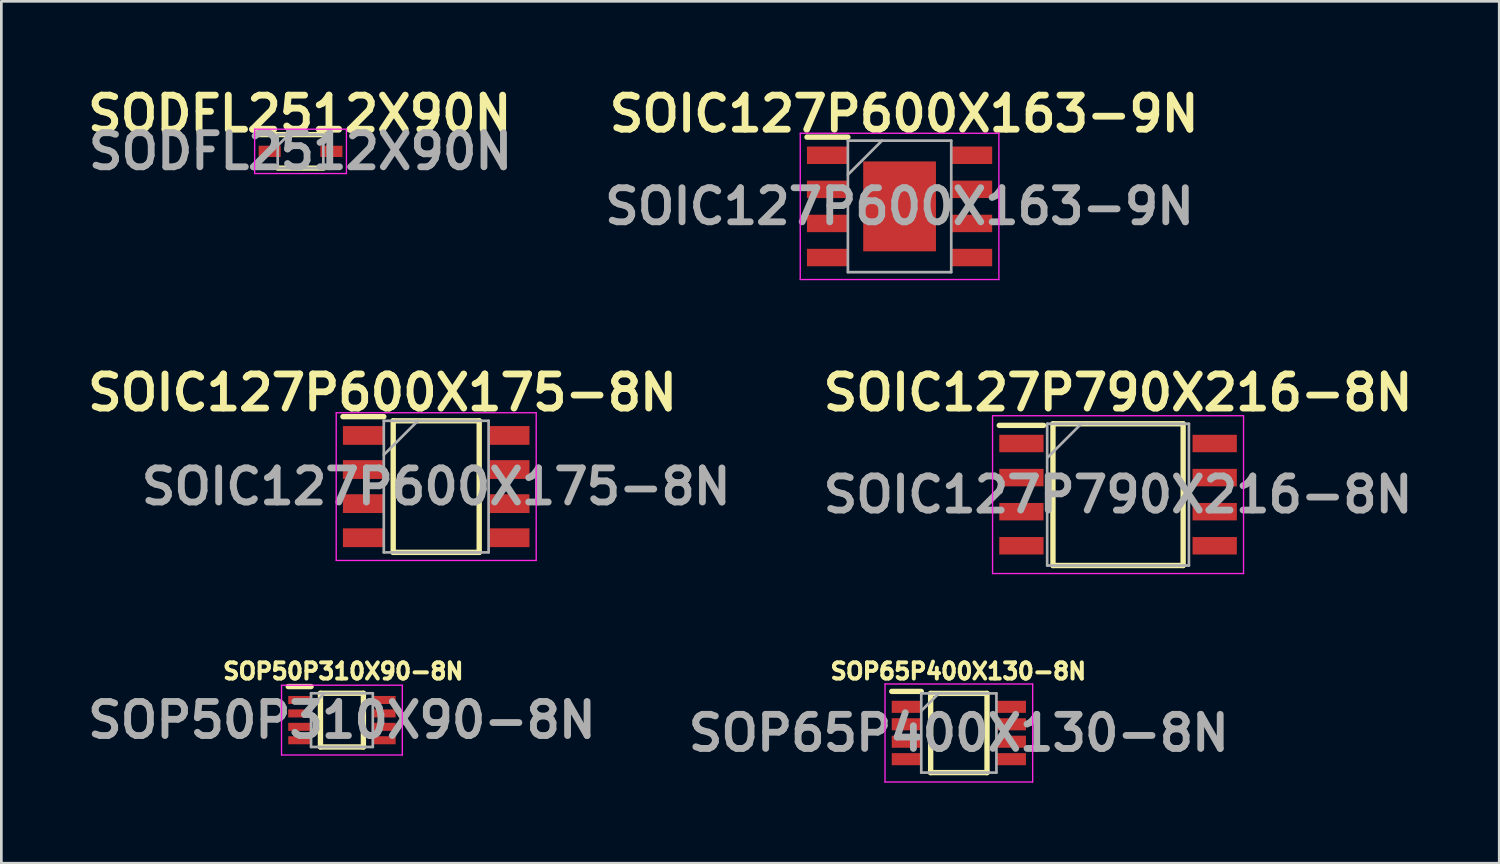
<source format=kicad_pcb>
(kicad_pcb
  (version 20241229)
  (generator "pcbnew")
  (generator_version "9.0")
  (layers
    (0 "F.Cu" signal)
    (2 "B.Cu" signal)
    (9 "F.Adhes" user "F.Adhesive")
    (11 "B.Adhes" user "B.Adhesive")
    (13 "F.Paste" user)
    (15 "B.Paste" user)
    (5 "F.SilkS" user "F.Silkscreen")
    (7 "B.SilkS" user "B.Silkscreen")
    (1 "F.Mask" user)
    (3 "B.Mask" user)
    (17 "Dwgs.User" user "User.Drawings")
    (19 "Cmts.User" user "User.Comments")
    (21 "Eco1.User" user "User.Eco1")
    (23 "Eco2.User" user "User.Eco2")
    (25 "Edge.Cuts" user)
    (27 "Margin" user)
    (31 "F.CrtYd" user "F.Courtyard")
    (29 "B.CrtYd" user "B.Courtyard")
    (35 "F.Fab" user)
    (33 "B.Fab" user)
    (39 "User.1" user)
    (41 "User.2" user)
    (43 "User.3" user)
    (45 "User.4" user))
  (footprint "SOIC127P790X216-8N"
    (layer "F.Cu")
    (at 38.601 15.377)
    (property "Reference" "SOIC127P790X216-8N" (at 0 -3.8 0) (layer "F.SilkS") (effects (font (size 1.27 1.27) (thickness 0.254))))
    (attr smd)
    (fp_line (start -4.425 -2.58) (end -2.775 -2.58) (stroke (width 0.2) (type solid)) (layer "F.SilkS"))
    (fp_line (start -2.425 -2.64) (end 2.425 -2.64) (stroke (width 0.2) (type solid)) (layer "F.SilkS"))
    (fp_line (start -2.425 2.64) (end -2.425 -2.64) (stroke (width 0.2) (type solid)) (layer "F.SilkS"))
    (fp_line (start 2.425 -2.64) (end 2.425 2.64) (stroke (width 0.2) (type solid)) (layer "F.SilkS"))
    (fp_line (start 2.425 2.64) (end -2.425 2.64) (stroke (width 0.2) (type solid)) (layer "F.SilkS"))
    (fp_line (start -4.675 -2.94) (end 4.675 -2.94) (stroke (width 0.05) (type solid)) (layer "F.CrtYd"))
    (fp_line (start -4.675 2.94) (end -4.675 -2.94) (stroke (width 0.05) (type solid)) (layer "F.CrtYd"))
    (fp_line (start 4.675 -2.94) (end 4.675 2.94) (stroke (width 0.05) (type solid)) (layer "F.CrtYd"))
    (fp_line (start 4.675 2.94) (end -4.675 2.94) (stroke (width 0.05) (type solid)) (layer "F.CrtYd"))
    (fp_line (start -2.64 -2.64) (end 2.64 -2.64) (stroke (width 0.1) (type solid)) (layer "F.Fab"))
    (fp_line (start -2.64 -1.37) (end -1.37 -2.64) (stroke (width 0.1) (type solid)) (layer "F.Fab"))
    (fp_line (start -2.64 2.64) (end -2.64 -2.64) (stroke (width 0.1) (type solid)) (layer "F.Fab"))
    (fp_line (start 2.64 -2.64) (end 2.64 2.64) (stroke (width 0.1) (type solid)) (layer "F.Fab"))
    (fp_line (start 2.64 2.64) (end -2.64 2.64) (stroke (width 0.1) (type solid)) (layer "F.Fab"))
    (fp_text user "${REFERENCE}" (at 0 0 0) (layer "F.Fab") (effects (font (size 1.27 1.27) (thickness 0.254))))
    (pad "1" smd rect (at -3.6 -1.905 90) (size 0.65 1.65) (layers "F.Cu" "F.Mask" "F.Paste"))
    (pad "2" smd rect (at -3.6 -0.635 90) (size 0.65 1.65) (layers "F.Cu" "F.Mask" "F.Paste"))
    (pad "3" smd rect (at -3.6 0.635 90) (size 0.65 1.65) (layers "F.Cu" "F.Mask" "F.Paste"))
    (pad "4" smd rect (at -3.6 1.905 90) (size 0.65 1.65) (layers "F.Cu" "F.Mask" "F.Paste"))
    (pad "5" smd rect (at 3.6 1.905 90) (size 0.65 1.65) (layers "F.Cu" "F.Mask" "F.Paste"))
    (pad "6" smd rect (at 3.6 0.635 90) (size 0.65 1.65) (layers "F.Cu" "F.Mask" "F.Paste"))
    (pad "7" smd rect (at 3.6 -0.635 90) (size 0.65 1.65) (layers "F.Cu" "F.Mask" "F.Paste"))
    (pad "8" smd rect (at 3.6 -1.905 90) (size 0.65 1.65) (layers "F.Cu" "F.Mask" "F.Paste")))
  (footprint "SOIC127P600X175-8N"
    (layer "F.Cu")
    (at 13.2 15.077)
    (property "Reference" "SOIC127P600X175-8N" (at -2 -3.5 0) (layer "F.SilkS") (effects (font (size 1.27 1.27) (thickness 0.254))))
    (attr smd)
    (fp_line (start -3.475 -2.605) (end -1.952 -2.605) (stroke (width 0.2) (type solid)) (layer "F.SilkS"))
    (fp_line (start -1.602 -2.451) (end 1.602 -2.451) (stroke (width 0.2) (type solid)) (layer "F.SilkS"))
    (fp_line (start -1.602 2.451) (end -1.602 -2.451) (stroke (width 0.2) (type solid)) (layer "F.SilkS"))
    (fp_line (start 1.602 -2.451) (end 1.602 2.451) (stroke (width 0.2) (type solid)) (layer "F.SilkS"))
    (fp_line (start 1.602 2.451) (end -1.602 2.451) (stroke (width 0.2) (type solid)) (layer "F.SilkS"))
    (fp_line (start -3.725 -2.752) (end 3.725 -2.752) (stroke (width 0.05) (type solid)) (layer "F.CrtYd"))
    (fp_line (start -3.725 2.752) (end -3.725 -2.752) (stroke (width 0.05) (type solid)) (layer "F.CrtYd"))
    (fp_line (start 3.725 -2.752) (end 3.725 2.752) (stroke (width 0.05) (type solid)) (layer "F.CrtYd"))
    (fp_line (start 3.725 2.752) (end -3.725 2.752) (stroke (width 0.05) (type solid)) (layer "F.CrtYd"))
    (fp_line (start -1.952 -2.451) (end 1.952 -2.451) (stroke (width 0.1) (type solid)) (layer "F.Fab"))
    (fp_line (start -1.952 -1.181) (end -0.682 -2.451) (stroke (width 0.1) (type solid)) (layer "F.Fab"))
    (fp_line (start -1.952 2.451) (end -1.952 -2.451) (stroke (width 0.1) (type solid)) (layer "F.Fab"))
    (fp_line (start 1.952 -2.451) (end 1.952 2.451) (stroke (width 0.1) (type solid)) (layer "F.Fab"))
    (fp_line (start 1.952 2.451) (end -1.952 2.451) (stroke (width 0.1) (type solid)) (layer "F.Fab"))
    (fp_text user "${REFERENCE}" (at 0 0 0) (layer "F.Fab") (effects (font (size 1.27 1.27) (thickness 0.254))))
    (pad "1" smd rect (at -2.714 -1.905 90) (size 0.7 1.522) (layers "F.Cu" "F.Mask" "F.Paste"))
    (pad "2" smd rect (at -2.714 -0.635 90) (size 0.7 1.522) (layers "F.Cu" "F.Mask" "F.Paste"))
    (pad "3" smd rect (at -2.714 0.635 90) (size 0.7 1.522) (layers "F.Cu" "F.Mask" "F.Paste"))
    (pad "4" smd rect (at -2.714 1.905 90) (size 0.7 1.522) (layers "F.Cu" "F.Mask" "F.Paste"))
    (pad "5" smd rect (at 2.714 1.905 90) (size 0.7 1.522) (layers "F.Cu" "F.Mask" "F.Paste"))
    (pad "6" smd rect (at 2.714 0.635 90) (size 0.7 1.522) (layers "F.Cu" "F.Mask" "F.Paste"))
    (pad "7" smd rect (at 2.714 -0.635 90) (size 0.7 1.522) (layers "F.Cu" "F.Mask" "F.Paste"))
    (pad "8" smd rect (at 2.714 -1.905 90) (size 0.7 1.522) (layers "F.Cu" "F.Mask" "F.Paste")))
  (footprint "SODFL2512X90N"
    (layer "F.Cu")
    (at 8.146 2.589)
    (property "Reference" "SODFL2512X90N" (at -0.03 -1.4 0) (layer "F.SilkS") (effects (font (size 1.27 1.27) (thickness 0.254))))
    (attr smd)
    (fp_line (start -1.56 -0.625) (end 0.85 -0.625) (stroke (width 0.2) (type solid)) (layer "F.SilkS"))
    (fp_line (start -0.85 0.625) (end 0.85 0.625) (stroke (width 0.2) (type solid)) (layer "F.SilkS"))
    (fp_line (start -1.71 -0.825) (end 1.71 -0.825) (stroke (width 0.05) (type solid)) (layer "F.CrtYd"))
    (fp_line (start -1.71 0.825) (end -1.71 -0.825) (stroke (width 0.05) (type solid)) (layer "F.CrtYd"))
    (fp_line (start 1.71 -0.825) (end 1.71 0.825) (stroke (width 0.05) (type solid)) (layer "F.CrtYd"))
    (fp_line (start 1.71 0.825) (end -1.71 0.825) (stroke (width 0.05) (type solid)) (layer "F.CrtYd"))
    (fp_line (start -0.85 -0.625) (end 0.85 -0.625) (stroke (width 0.1) (type solid)) (layer "F.Fab"))
    (fp_line (start -0.85 -0.215) (end -0.44 -0.625) (stroke (width 0.1) (type solid)) (layer "F.Fab"))
    (fp_line (start -0.85 0.625) (end -0.85 -0.625) (stroke (width 0.1) (type solid)) (layer "F.Fab"))
    (fp_line (start 0.85 -0.625) (end 0.85 0.625) (stroke (width 0.1) (type solid)) (layer "F.Fab"))
    (fp_line (start 0.85 0.625) (end -0.85 0.625) (stroke (width 0.1) (type solid)) (layer "F.Fab"))
    (fp_text user "${REFERENCE}" (at 0 0 0) (layer "F.Fab") (effects (font (size 1.27 1.27) (thickness 0.254))))
    (pad "1" smd rect (at -1.15 0 90) (size 0.42 0.82) (layers "F.Cu" "F.Mask" "F.Paste"))
    (pad "2" smd rect (at 1.15 0 90) (size 0.42 0.82) (layers "F.Cu" "F.Mask" "F.Paste")))
  (footprint "SOP65P400X130-8N"
    (layer "F.Cu")
    (at 32.67 24.257)
    (property "Reference" "SOP65P400X130-8N" (at -0.02 -2.3 0) (layer "F.SilkS") (effects (font (size 0.6 0.6) (thickness 0.15))))
    (attr smd)
    (fp_line (start -2.5 -1.55) (end -1.4 -1.55) (stroke (width 0.2) (type solid)) (layer "F.SilkS"))
    (fp_line (start -1.05 -1.475) (end 1.05 -1.475) (stroke (width 0.2) (type solid)) (layer "F.SilkS"))
    (fp_line (start -1.05 1.475) (end -1.05 -1.475) (stroke (width 0.2) (type solid)) (layer "F.SilkS"))
    (fp_line (start 1.05 -1.475) (end 1.05 1.475) (stroke (width 0.2) (type solid)) (layer "F.SilkS"))
    (fp_line (start 1.05 1.475) (end -1.05 1.475) (stroke (width 0.2) (type solid)) (layer "F.SilkS"))
    (fp_line (start -2.75 -1.825) (end 2.75 -1.825) (stroke (width 0.05) (type solid)) (layer "F.CrtYd"))
    (fp_line (start -2.75 1.825) (end -2.75 -1.825) (stroke (width 0.05) (type solid)) (layer "F.CrtYd"))
    (fp_line (start 2.75 -1.825) (end 2.75 1.825) (stroke (width 0.05) (type solid)) (layer "F.CrtYd"))
    (fp_line (start 2.75 1.825) (end -2.75 1.825) (stroke (width 0.05) (type solid)) (layer "F.CrtYd"))
    (fp_line (start -1.4 -1.475) (end 1.4 -1.475) (stroke (width 0.1) (type solid)) (layer "F.Fab"))
    (fp_line (start -1.4 -0.825) (end -0.75 -1.475) (stroke (width 0.1) (type solid)) (layer "F.Fab"))
    (fp_line (start -1.4 1.475) (end -1.4 -1.475) (stroke (width 0.1) (type solid)) (layer "F.Fab"))
    (fp_line (start 1.4 -1.475) (end 1.4 1.475) (stroke (width 0.1) (type solid)) (layer "F.Fab"))
    (fp_line (start 1.4 1.475) (end -1.4 1.475) (stroke (width 0.1) (type solid)) (layer "F.Fab"))
    (fp_text user "${REFERENCE}" (at 0 0 0) (layer "F.Fab") (effects (font (size 1.27 1.27) (thickness 0.254))))
    (pad "1" smd rect (at -1.95 -0.975 90) (size 0.45 1.1) (layers "F.Cu" "F.Mask" "F.Paste"))
    (pad "2" smd rect (at -1.95 -0.325 90) (size 0.45 1.1) (layers "F.Cu" "F.Mask" "F.Paste"))
    (pad "3" smd rect (at -1.95 0.325 90) (size 0.45 1.1) (layers "F.Cu" "F.Mask" "F.Paste"))
    (pad "4" smd rect (at -1.95 0.975 90) (size 0.45 1.1) (layers "F.Cu" "F.Mask" "F.Paste"))
    (pad "5" smd rect (at 1.95 0.975 90) (size 0.45 1.1) (layers "F.Cu" "F.Mask" "F.Paste"))
    (pad "6" smd rect (at 1.95 0.325 90) (size 0.45 1.1) (layers "F.Cu" "F.Mask" "F.Paste"))
    (pad "7" smd rect (at 1.95 -0.325 90) (size 0.45 1.1) (layers "F.Cu" "F.Mask" "F.Paste"))
    (pad "8" smd rect (at 1.95 -0.975 90) (size 0.45 1.1) (layers "F.Cu" "F.Mask" "F.Paste")))
  (footprint "SOP50P310X90-8N"
    (layer "F.Cu")
    (at 9.688 23.777)
    (property "Reference" "SOP50P310X90-8N" (at 0.05 -1.82 0) (layer "F.SilkS") (effects (font (size 0.6 0.6) (thickness 0.15))))
    (attr smd)
    (fp_line (start -2 -1.25) (end -1.15 -1.25) (stroke (width 0.2) (type solid)) (layer "F.SilkS"))
    (fp_line (start -0.8 -1) (end 0.8 -1) (stroke (width 0.2) (type solid)) (layer "F.SilkS"))
    (fp_line (start -0.8 1) (end -0.8 -1) (stroke (width 0.2) (type solid)) (layer "F.SilkS"))
    (fp_line (start 0.8 -1) (end 0.8 1) (stroke (width 0.2) (type solid)) (layer "F.SilkS"))
    (fp_line (start 0.8 1) (end -0.8 1) (stroke (width 0.2) (type solid)) (layer "F.SilkS"))
    (fp_line (start -2.25 -1.3) (end 2.25 -1.3) (stroke (width 0.05) (type solid)) (layer "F.CrtYd"))
    (fp_line (start -2.25 1.3) (end -2.25 -1.3) (stroke (width 0.05) (type solid)) (layer "F.CrtYd"))
    (fp_line (start 2.25 -1.3) (end 2.25 1.3) (stroke (width 0.05) (type solid)) (layer "F.CrtYd"))
    (fp_line (start 2.25 1.3) (end -2.25 1.3) (stroke (width 0.05) (type solid)) (layer "F.CrtYd"))
    (fp_line (start -1.15 -1) (end 1.15 -1) (stroke (width 0.1) (type solid)) (layer "F.Fab"))
    (fp_line (start -1.15 -0.5) (end -0.65 -1) (stroke (width 0.1) (type solid)) (layer "F.Fab"))
    (fp_line (start -1.15 1) (end -1.15 -1) (stroke (width 0.1) (type solid)) (layer "F.Fab"))
    (fp_line (start 1.15 -1) (end 1.15 1) (stroke (width 0.1) (type solid)) (layer "F.Fab"))
    (fp_line (start 1.15 1) (end -1.15 1) (stroke (width 0.1) (type solid)) (layer "F.Fab"))
    (fp_text user "${REFERENCE}" (at 0 0 0) (layer "F.Fab") (effects (font (size 1.27 1.27) (thickness 0.254))))
    (pad "1" smd rect (at -1.575 -0.75 90) (size 0.3 0.85) (layers "F.Cu" "F.Mask" "F.Paste"))
    (pad "2" smd rect (at -1.575 -0.25 90) (size 0.3 0.85) (layers "F.Cu" "F.Mask" "F.Paste"))
    (pad "3" smd rect (at -1.575 0.25 90) (size 0.3 0.85) (layers "F.Cu" "F.Mask" "F.Paste"))
    (pad "4" smd rect (at -1.575 0.75 90) (size 0.3 0.85) (layers "F.Cu" "F.Mask" "F.Paste"))
    (pad "5" smd rect (at 1.575 0.75 90) (size 0.3 0.85) (layers "F.Cu" "F.Mask" "F.Paste"))
    (pad "6" smd rect (at 1.575 0.25 90) (size 0.3 0.85) (layers "F.Cu" "F.Mask" "F.Paste"))
    (pad "7" smd rect (at 1.575 -0.25 90) (size 0.3 0.85) (layers "F.Cu" "F.Mask" "F.Paste"))
    (pad "8" smd rect (at 1.575 -0.75 90) (size 0.3 0.85) (layers "F.Cu" "F.Mask" "F.Paste")))
  (footprint "SOIC127P600X163-9N"
    (layer "F.Cu")
    (at 30.462 4.639)
    (property "Reference" "SOIC127P600X163-9N" (at 0.17 -3.45 0) (layer "F.SilkS") (effects (font (size 1.27 1.27) (thickness 0.254))))
    (attr smd)
    (fp_line (start -3.45 -2.58) (end -1.925 -2.58) (stroke (width 0.2) (type solid)) (layer "F.SilkS"))
    (fp_line (start -3.7 -2.725) (end 3.7 -2.725) (stroke (width 0.05) (type solid)) (layer "F.CrtYd"))
    (fp_line (start -3.7 2.725) (end -3.7 -2.725) (stroke (width 0.05) (type solid)) (layer "F.CrtYd"))
    (fp_line (start 3.7 -2.725) (end 3.7 2.725) (stroke (width 0.05) (type solid)) (layer "F.CrtYd"))
    (fp_line (start 3.7 2.725) (end -3.7 2.725) (stroke (width 0.05) (type solid)) (layer "F.CrtYd"))
    (fp_line (start -1.925 -2.45) (end 1.925 -2.45) (stroke (width 0.1) (type solid)) (layer "F.Fab"))
    (fp_line (start -1.925 -1.18) (end -0.655 -2.45) (stroke (width 0.1) (type solid)) (layer "F.Fab"))
    (fp_line (start -1.925 2.45) (end -1.925 -2.45) (stroke (width 0.1) (type solid)) (layer "F.Fab"))
    (fp_line (start 1.925 -2.45) (end 1.925 2.45) (stroke (width 0.1) (type solid)) (layer "F.Fab"))
    (fp_line (start 1.925 2.45) (end -1.925 2.45) (stroke (width 0.1) (type solid)) (layer "F.Fab"))
    (fp_text user "${REFERENCE}" (at 0 0 0) (layer "F.Fab") (effects (font (size 1.27 1.27) (thickness 0.254))))
    (pad "1" smd rect (at -2.688 -1.905 90) (size 0.65 1.525) (layers "F.Cu" "F.Mask" "F.Paste"))
    (pad "2" smd rect (at -2.688 -0.635 90) (size 0.65 1.525) (layers "F.Cu" "F.Mask" "F.Paste"))
    (pad "3" smd rect (at -2.688 0.635 90) (size 0.65 1.525) (layers "F.Cu" "F.Mask" "F.Paste"))
    (pad "4" smd rect (at -2.688 1.905 90) (size 0.65 1.525) (layers "F.Cu" "F.Mask" "F.Paste"))
    (pad "5" smd rect (at 2.688 1.905 90) (size 0.65 1.525) (layers "F.Cu" "F.Mask" "F.Paste"))
    (pad "6" smd rect (at 2.688 0.635 90) (size 0.65 1.525) (layers "F.Cu" "F.Mask" "F.Paste"))
    (pad "7" smd rect (at 2.688 -0.635 90) (size 0.65 1.525) (layers "F.Cu" "F.Mask" "F.Paste"))
    (pad "8" smd rect (at 2.688 -1.905 90) (size 0.65 1.525) (layers "F.Cu" "F.Mask" "F.Paste"))
    (pad "9" smd rect (at 0 0) (size 2.71 3.35) (layers "F.Cu" "F.Mask" "F.Paste")))
  (gr_rect
    (start -3 -3)
    (end 52.801 29.107)
    (stroke (width 0.1) (type default))
    (fill no)
    (layer "Edge.Cuts")))
</source>
